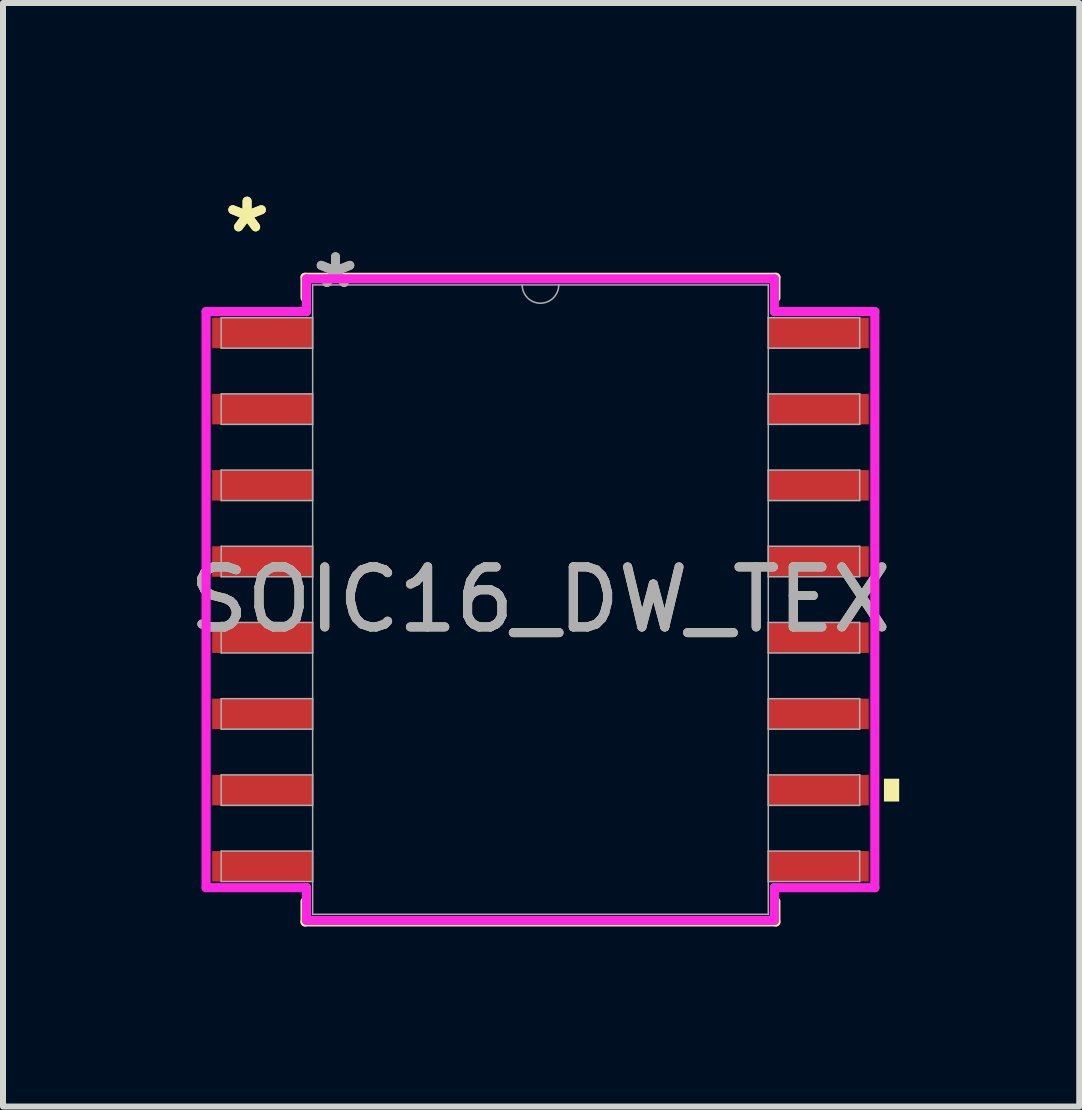
<source format=kicad_pcb>
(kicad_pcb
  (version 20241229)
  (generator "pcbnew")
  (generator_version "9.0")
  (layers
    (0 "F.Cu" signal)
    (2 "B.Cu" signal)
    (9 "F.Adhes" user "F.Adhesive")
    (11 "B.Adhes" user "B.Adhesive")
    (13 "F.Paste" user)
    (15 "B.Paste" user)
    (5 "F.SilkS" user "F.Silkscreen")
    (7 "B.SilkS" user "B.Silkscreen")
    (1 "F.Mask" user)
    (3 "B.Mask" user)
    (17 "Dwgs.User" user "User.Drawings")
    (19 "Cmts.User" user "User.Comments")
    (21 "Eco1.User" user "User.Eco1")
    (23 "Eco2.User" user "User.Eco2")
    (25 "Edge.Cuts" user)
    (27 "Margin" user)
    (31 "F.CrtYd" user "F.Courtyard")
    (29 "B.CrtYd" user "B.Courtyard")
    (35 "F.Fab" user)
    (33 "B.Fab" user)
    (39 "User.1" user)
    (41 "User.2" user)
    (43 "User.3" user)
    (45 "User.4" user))
  (footprint "SOIC16_DW_TEX"
    (layer "F.Cu")
    (at 5.958 6.944)
    (property "Reference" "SOIC16_DW_TEX" (at 0 0 0) (unlocked yes) (layer "F.SilkS") (effects (font (size 1 1) (thickness 0.15))))
    (attr smd)
    (fp_line (start -3.924 -5.372) (end -3.924 -5.032) (stroke (width 0.152) (type solid)) (layer "F.SilkS"))
    (fp_line (start -3.924 5.032) (end -3.924 5.372) (stroke (width 0.152) (type solid)) (layer "F.SilkS"))
    (fp_line (start -3.924 5.372) (end 3.924 5.372) (stroke (width 0.152) (type solid)) (layer "F.SilkS"))
    (fp_line (start 3.924 -5.372) (end -3.924 -5.372) (stroke (width 0.152) (type solid)) (layer "F.SilkS"))
    (fp_line (start 3.924 -5.032) (end 3.924 -5.372) (stroke (width 0.152) (type solid)) (layer "F.SilkS"))
    (fp_line (start 3.924 5.372) (end 3.924 5.032) (stroke (width 0.152) (type solid)) (layer "F.SilkS"))
    (fp_poly (pts (xy 5.979 2.985) (xy 5.979 3.365) (xy 5.725 3.365) (xy 5.725 2.985)) (stroke (width 0) (type solid)) (fill yes) (layer "F.SilkS"))
    (fp_line (start -5.573 -4.801) (end -3.899 -4.801) (stroke (width 0.152) (type solid)) (layer "F.CrtYd"))
    (fp_line (start -5.573 4.801) (end -5.573 -4.801) (stroke (width 0.152) (type solid)) (layer "F.CrtYd"))
    (fp_line (start -5.573 4.801) (end -3.899 4.801) (stroke (width 0.152) (type solid)) (layer "F.CrtYd"))
    (fp_line (start -3.899 -5.347) (end 3.899 -5.347) (stroke (width 0.152) (type solid)) (layer "F.CrtYd"))
    (fp_line (start -3.899 -4.801) (end -3.899 -5.347) (stroke (width 0.152) (type solid)) (layer "F.CrtYd"))
    (fp_line (start -3.899 5.347) (end -3.899 4.801) (stroke (width 0.152) (type solid)) (layer "F.CrtYd"))
    (fp_line (start 3.899 -5.347) (end 3.899 -4.801) (stroke (width 0.152) (type solid)) (layer "F.CrtYd"))
    (fp_line (start 3.899 4.801) (end 3.899 5.347) (stroke (width 0.152) (type solid)) (layer "F.CrtYd"))
    (fp_line (start 3.899 5.347) (end -3.899 5.347) (stroke (width 0.152) (type solid)) (layer "F.CrtYd"))
    (fp_line (start 5.573 -4.801) (end 3.899 -4.801) (stroke (width 0.152) (type solid)) (layer "F.CrtYd"))
    (fp_line (start 5.573 -4.801) (end 5.573 4.801) (stroke (width 0.152) (type solid)) (layer "F.CrtYd"))
    (fp_line (start 5.573 4.801) (end 3.899 4.801) (stroke (width 0.152) (type solid)) (layer "F.CrtYd"))
    (fp_line (start -5.321 -4.699) (end -5.321 -4.191) (stroke (width 0.025) (type solid)) (layer "F.Fab"))
    (fp_line (start -5.321 -4.191) (end -3.797 -4.191) (stroke (width 0.025) (type solid)) (layer "F.Fab"))
    (fp_line (start -5.321 -3.429) (end -5.321 -2.921) (stroke (width 0.025) (type solid)) (layer "F.Fab"))
    (fp_line (start -5.321 -2.921) (end -3.797 -2.921) (stroke (width 0.025) (type solid)) (layer "F.Fab"))
    (fp_line (start -5.321 -2.159) (end -5.321 -1.651) (stroke (width 0.025) (type solid)) (layer "F.Fab"))
    (fp_line (start -5.321 -1.651) (end -3.797 -1.651) (stroke (width 0.025) (type solid)) (layer "F.Fab"))
    (fp_line (start -5.321 -0.889) (end -5.321 -0.381) (stroke (width 0.025) (type solid)) (layer "F.Fab"))
    (fp_line (start -5.321 -0.381) (end -3.797 -0.381) (stroke (width 0.025) (type solid)) (layer "F.Fab"))
    (fp_line (start -5.321 0.381) (end -5.321 0.889) (stroke (width 0.025) (type solid)) (layer "F.Fab"))
    (fp_line (start -5.321 0.889) (end -3.797 0.889) (stroke (width 0.025) (type solid)) (layer "F.Fab"))
    (fp_line (start -5.321 1.651) (end -5.321 2.159) (stroke (width 0.025) (type solid)) (layer "F.Fab"))
    (fp_line (start -5.321 2.159) (end -3.797 2.159) (stroke (width 0.025) (type solid)) (layer "F.Fab"))
    (fp_line (start -5.321 2.921) (end -5.321 3.429) (stroke (width 0.025) (type solid)) (layer "F.Fab"))
    (fp_line (start -5.321 3.429) (end -3.797 3.429) (stroke (width 0.025) (type solid)) (layer "F.Fab"))
    (fp_line (start -5.321 4.191) (end -5.321 4.699) (stroke (width 0.025) (type solid)) (layer "F.Fab"))
    (fp_line (start -5.321 4.699) (end -3.797 4.699) (stroke (width 0.025) (type solid)) (layer "F.Fab"))
    (fp_line (start -3.797 -5.245) (end -3.797 5.245) (stroke (width 0.025) (type solid)) (layer "F.Fab"))
    (fp_line (start -3.797 -4.699) (end -5.321 -4.699) (stroke (width 0.025) (type solid)) (layer "F.Fab"))
    (fp_line (start -3.797 -4.191) (end -3.797 -4.699) (stroke (width 0.025) (type solid)) (layer "F.Fab"))
    (fp_line (start -3.797 -3.429) (end -5.321 -3.429) (stroke (width 0.025) (type solid)) (layer "F.Fab"))
    (fp_line (start -3.797 -2.921) (end -3.797 -3.429) (stroke (width 0.025) (type solid)) (layer "F.Fab"))
    (fp_line (start -3.797 -2.159) (end -5.321 -2.159) (stroke (width 0.025) (type solid)) (layer "F.Fab"))
    (fp_line (start -3.797 -1.651) (end -3.797 -2.159) (stroke (width 0.025) (type solid)) (layer "F.Fab"))
    (fp_line (start -3.797 -0.889) (end -5.321 -0.889) (stroke (width 0.025) (type solid)) (layer "F.Fab"))
    (fp_line (start -3.797 -0.381) (end -3.797 -0.889) (stroke (width 0.025) (type solid)) (layer "F.Fab"))
    (fp_line (start -3.797 0.381) (end -5.321 0.381) (stroke (width 0.025) (type solid)) (layer "F.Fab"))
    (fp_line (start -3.797 0.889) (end -3.797 0.381) (stroke (width 0.025) (type solid)) (layer "F.Fab"))
    (fp_line (start -3.797 1.651) (end -5.321 1.651) (stroke (width 0.025) (type solid)) (layer "F.Fab"))
    (fp_line (start -3.797 2.159) (end -3.797 1.651) (stroke (width 0.025) (type solid)) (layer "F.Fab"))
    (fp_line (start -3.797 2.921) (end -5.321 2.921) (stroke (width 0.025) (type solid)) (layer "F.Fab"))
    (fp_line (start -3.797 3.429) (end -3.797 2.921) (stroke (width 0.025) (type solid)) (layer "F.Fab"))
    (fp_line (start -3.797 4.191) (end -5.321 4.191) (stroke (width 0.025) (type solid)) (layer "F.Fab"))
    (fp_line (start -3.797 4.699) (end -3.797 4.191) (stroke (width 0.025) (type solid)) (layer "F.Fab"))
    (fp_line (start -3.797 5.245) (end 3.797 5.245) (stroke (width 0.025) (type solid)) (layer "F.Fab"))
    (fp_line (start 3.797 -5.245) (end -3.797 -5.245) (stroke (width 0.025) (type solid)) (layer "F.Fab"))
    (fp_line (start 3.797 -4.699) (end 3.797 -4.191) (stroke (width 0.025) (type solid)) (layer "F.Fab"))
    (fp_line (start 3.797 -4.191) (end 5.321 -4.191) (stroke (width 0.025) (type solid)) (layer "F.Fab"))
    (fp_line (start 3.797 -3.429) (end 3.797 -2.921) (stroke (width 0.025) (type solid)) (layer "F.Fab"))
    (fp_line (start 3.797 -2.921) (end 5.321 -2.921) (stroke (width 0.025) (type solid)) (layer "F.Fab"))
    (fp_line (start 3.797 -2.159) (end 3.797 -1.651) (stroke (width 0.025) (type solid)) (layer "F.Fab"))
    (fp_line (start 3.797 -1.651) (end 5.321 -1.651) (stroke (width 0.025) (type solid)) (layer "F.Fab"))
    (fp_line (start 3.797 -0.889) (end 3.797 -0.381) (stroke (width 0.025) (type solid)) (layer "F.Fab"))
    (fp_line (start 3.797 -0.381) (end 5.321 -0.381) (stroke (width 0.025) (type solid)) (layer "F.Fab"))
    (fp_line (start 3.797 0.381) (end 3.797 0.889) (stroke (width 0.025) (type solid)) (layer "F.Fab"))
    (fp_line (start 3.797 0.889) (end 5.321 0.889) (stroke (width 0.025) (type solid)) (layer "F.Fab"))
    (fp_line (start 3.797 1.651) (end 3.797 2.159) (stroke (width 0.025) (type solid)) (layer "F.Fab"))
    (fp_line (start 3.797 2.159) (end 5.321 2.159) (stroke (width 0.025) (type solid)) (layer "F.Fab"))
    (fp_line (start 3.797 2.921) (end 3.797 3.429) (stroke (width 0.025) (type solid)) (layer "F.Fab"))
    (fp_line (start 3.797 3.429) (end 5.321 3.429) (stroke (width 0.025) (type solid)) (layer "F.Fab"))
    (fp_line (start 3.797 4.191) (end 3.797 4.699) (stroke (width 0.025) (type solid)) (layer "F.Fab"))
    (fp_line (start 3.797 4.699) (end 5.321 4.699) (stroke (width 0.025) (type solid)) (layer "F.Fab"))
    (fp_line (start 3.797 5.245) (end 3.797 -5.245) (stroke (width 0.025) (type solid)) (layer "F.Fab"))
    (fp_line (start 5.321 -4.699) (end 3.797 -4.699) (stroke (width 0.025) (type solid)) (layer "F.Fab"))
    (fp_line (start 5.321 -4.191) (end 5.321 -4.699) (stroke (width 0.025) (type solid)) (layer "F.Fab"))
    (fp_line (start 5.321 -3.429) (end 3.797 -3.429) (stroke (width 0.025) (type solid)) (layer "F.Fab"))
    (fp_line (start 5.321 -2.921) (end 5.321 -3.429) (stroke (width 0.025) (type solid)) (layer "F.Fab"))
    (fp_line (start 5.321 -2.159) (end 3.797 -2.159) (stroke (width 0.025) (type solid)) (layer "F.Fab"))
    (fp_line (start 5.321 -1.651) (end 5.321 -2.159) (stroke (width 0.025) (type solid)) (layer "F.Fab"))
    (fp_line (start 5.321 -0.889) (end 3.797 -0.889) (stroke (width 0.025) (type solid)) (layer "F.Fab"))
    (fp_line (start 5.321 -0.381) (end 5.321 -0.889) (stroke (width 0.025) (type solid)) (layer "F.Fab"))
    (fp_line (start 5.321 0.381) (end 3.797 0.381) (stroke (width 0.025) (type solid)) (layer "F.Fab"))
    (fp_line (start 5.321 0.889) (end 5.321 0.381) (stroke (width 0.025) (type solid)) (layer "F.Fab"))
    (fp_line (start 5.321 1.651) (end 3.797 1.651) (stroke (width 0.025) (type solid)) (layer "F.Fab"))
    (fp_line (start 5.321 2.159) (end 5.321 1.651) (stroke (width 0.025) (type solid)) (layer "F.Fab"))
    (fp_line (start 5.321 2.921) (end 3.797 2.921) (stroke (width 0.025) (type solid)) (layer "F.Fab"))
    (fp_line (start 5.321 3.429) (end 5.321 2.921) (stroke (width 0.025) (type solid)) (layer "F.Fab"))
    (fp_line (start 5.321 4.191) (end 3.797 4.191) (stroke (width 0.025) (type solid)) (layer "F.Fab"))
    (fp_line (start 5.321 4.699) (end 5.321 4.191) (stroke (width 0.025) (type solid)) (layer "F.Fab"))
    (fp_arc (start 0.3048 -5.2451) (mid 0 -4.9403) (end -0.3048 -5.2451) (stroke (width 0.0254) (type solid)) (layer "F.Fab"))
    (fp_text user "*" (at -4.89 -6.096 0) (unlocked yes) (layer "F.SilkS") (effects (font (size 1 1) (thickness 0.15))))
    (fp_text user "*" (at -4.89 -6.096 0) (layer "F.SilkS") (effects (font (size 1 1) (thickness 0.15))))
    (fp_text user "*" (at -3.416 -5.169 0) (layer "F.Fab") (effects (font (size 1 1) (thickness 0.15))))
    (fp_text user "${REFERENCE}" (at 0 0 0) (unlocked yes) (layer "F.Fab") (effects (font (size 1 1) (thickness 0.15))))
    (fp_text user "*" (at -3.416 -5.169 0) (unlocked yes) (layer "F.Fab") (effects (font (size 1 1) (thickness 0.15))))
    (pad "1" smd rect (at -4.636 -4.445) (size 1.67 0.508) (layers "F.Cu" "F.Mask" "F.Paste"))
    (pad "2" smd rect (at -4.636 -3.175) (size 1.67 0.508) (layers "F.Cu" "F.Mask" "F.Paste"))
    (pad "3" smd rect (at -4.636 -1.905) (size 1.67 0.508) (layers "F.Cu" "F.Mask" "F.Paste"))
    (pad "4" smd rect (at -4.636 -0.635) (size 1.67 0.508) (layers "F.Cu" "F.Mask" "F.Paste"))
    (pad "5" smd rect (at -4.636 0.635) (size 1.67 0.508) (layers "F.Cu" "F.Mask" "F.Paste"))
    (pad "6" smd rect (at -4.636 1.905) (size 1.67 0.508) (layers "F.Cu" "F.Mask" "F.Paste"))
    (pad "7" smd rect (at -4.636 3.175) (size 1.67 0.508) (layers "F.Cu" "F.Mask" "F.Paste"))
    (pad "8" smd rect (at -4.636 4.445) (size 1.67 0.508) (layers "F.Cu" "F.Mask" "F.Paste"))
    (pad "9" smd rect (at 4.636 4.445) (size 1.67 0.508) (layers "F.Cu" "F.Mask" "F.Paste"))
    (pad "10" smd rect (at 4.636 3.175) (size 1.67 0.508) (layers "F.Cu" "F.Mask" "F.Paste"))
    (pad "11" smd rect (at 4.636 1.905) (size 1.67 0.508) (layers "F.Cu" "F.Mask" "F.Paste"))
    (pad "12" smd rect (at 4.636 0.635) (size 1.67 0.508) (layers "F.Cu" "F.Mask" "F.Paste"))
    (pad "13" smd rect (at 4.636 -0.635) (size 1.67 0.508) (layers "F.Cu" "F.Mask" "F.Paste"))
    (pad "14" smd rect (at 4.636 -1.905) (size 1.67 0.508) (layers "F.Cu" "F.Mask" "F.Paste"))
    (pad "15" smd rect (at 4.636 -3.175) (size 1.67 0.508) (layers "F.Cu" "F.Mask" "F.Paste"))
    (pad "16" smd rect (at 4.636 -4.445) (size 1.67 0.508) (layers "F.Cu" "F.Mask" "F.Paste")))
  (gr_rect
    (start -3 -3)
    (end 14.938 15.393)
    (stroke (width 0.1) (type default))
    (fill no)
    (layer "Edge.Cuts")))
</source>
